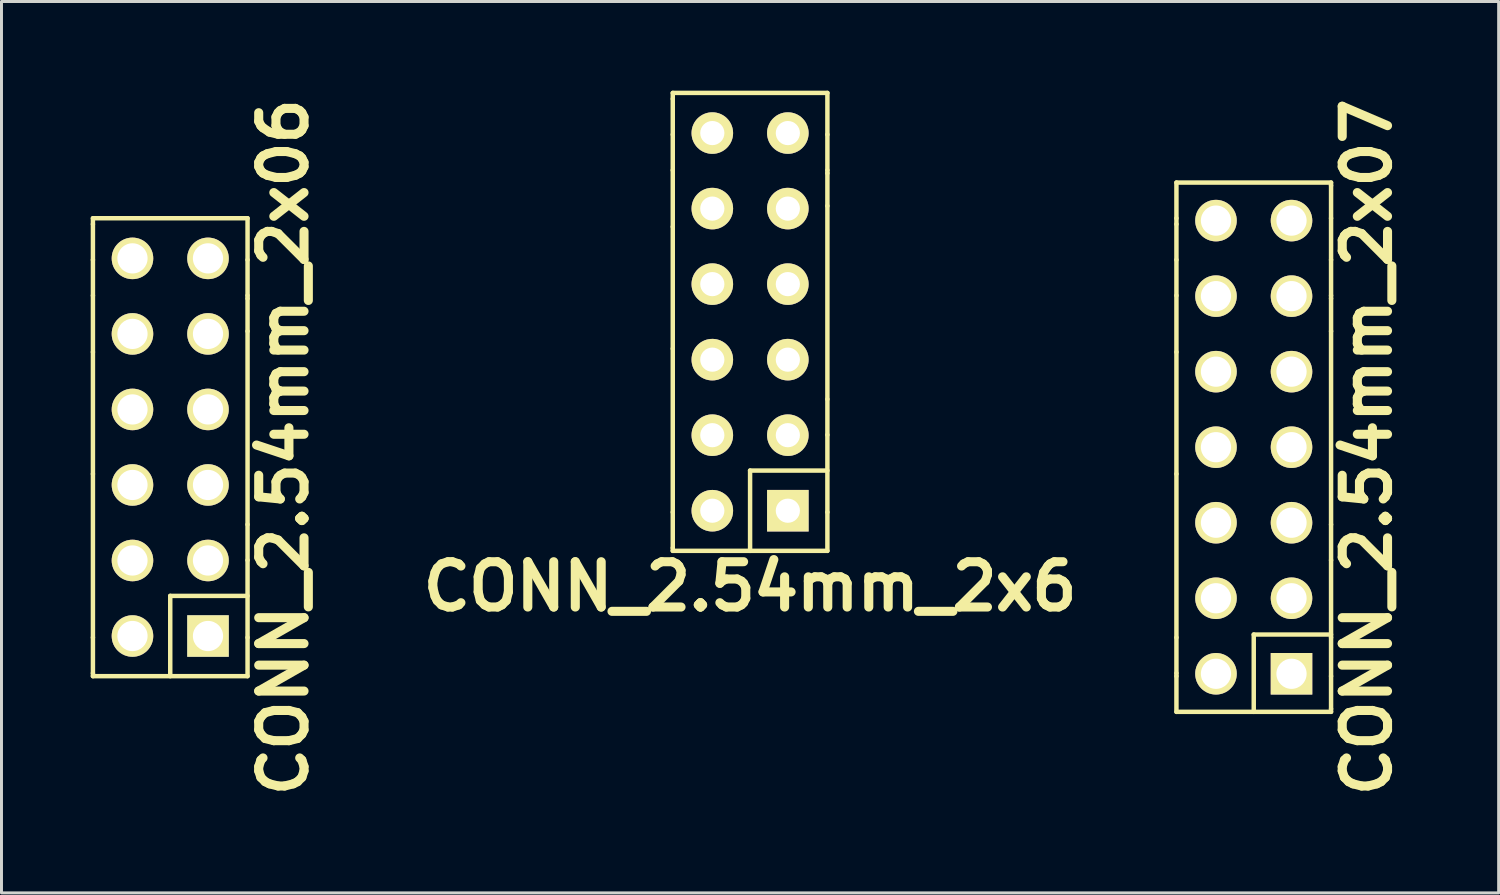
<source format=kicad_pcb>
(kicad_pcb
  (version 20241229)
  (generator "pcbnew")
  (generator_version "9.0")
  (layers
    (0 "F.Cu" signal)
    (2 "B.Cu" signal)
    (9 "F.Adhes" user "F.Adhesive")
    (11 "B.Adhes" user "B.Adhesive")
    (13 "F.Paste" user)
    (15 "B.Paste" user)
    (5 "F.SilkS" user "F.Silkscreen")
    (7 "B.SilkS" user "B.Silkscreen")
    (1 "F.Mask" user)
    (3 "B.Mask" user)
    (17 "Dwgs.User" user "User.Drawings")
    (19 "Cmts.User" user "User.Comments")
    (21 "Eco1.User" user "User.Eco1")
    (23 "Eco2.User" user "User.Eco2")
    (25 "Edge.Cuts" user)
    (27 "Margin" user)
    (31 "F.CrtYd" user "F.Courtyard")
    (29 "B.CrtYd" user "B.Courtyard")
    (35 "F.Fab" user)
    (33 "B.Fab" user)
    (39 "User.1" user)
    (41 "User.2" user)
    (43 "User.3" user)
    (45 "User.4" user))
  (footprint "CONN_2.54mm_2x6"
    (layer "F.Cu")
    (at 22.175 7.775)
    (property "Reference" "CONN_2.54mm_2x6" (at 0 8.9 0) (layer "F.SilkS") (effects (font (size 1.524 1.524) (thickness 0.305))))
    (attr through_hole)
    (fp_line (start -2.6 -7.7) (end 2.6 -7.7) (stroke (width 0.15) (type solid)) (layer "F.SilkS"))
    (fp_line (start -2.6 -7.5) (end -2.6 -7.7) (stroke (width 0.15) (type solid)) (layer "F.SilkS"))
    (fp_line (start -2.6 -6.3) (end -2.6 -7.5) (stroke (width 0.15) (type solid)) (layer "F.SilkS"))
    (fp_line (start -2.6 -5.1) (end -2.6 -6.3) (stroke (width 0.15) (type solid)) (layer "F.SilkS"))
    (fp_line (start -2.6 -5.1) (end -2.6 -3.2) (stroke (width 0.15) (type solid)) (layer "F.SilkS"))
    (fp_line (start -2.6 0.9) (end -2.6 -3.2) (stroke (width 0.15) (type solid)) (layer "F.SilkS"))
    (fp_line (start -2.6 6.4) (end -2.6 0.9) (stroke (width 0.15) (type solid)) (layer "F.SilkS"))
    (fp_line (start -2.6 6.4) (end -2.6 7.6) (stroke (width 0.15) (type solid)) (layer "F.SilkS"))
    (fp_line (start -2.6 7.6) (end -2.6 7.7) (stroke (width 0.15) (type solid)) (layer "F.SilkS"))
    (fp_line (start -2.6 7.7) (end 2.6 7.7) (stroke (width 0.15) (type solid)) (layer "F.SilkS"))
    (fp_line (start 0 5) (end 0 7.7) (stroke (width 0.15) (type solid)) (layer "F.SilkS"))
    (fp_line (start 0 5) (end 2.6 5) (stroke (width 0.15) (type solid)) (layer "F.SilkS"))
    (fp_line (start 2.6 -7.7) (end 2.6 -6.3) (stroke (width 0.15) (type solid)) (layer "F.SilkS"))
    (fp_line (start 2.6 -6.3) (end 2.6 -5.1) (stroke (width 0.15) (type solid)) (layer "F.SilkS"))
    (fp_line (start 2.6 -5) (end 2.6 -5.1) (stroke (width 0.15) (type solid)) (layer "F.SilkS"))
    (fp_line (start 2.6 -3.9) (end 2.6 -5) (stroke (width 0.15) (type solid)) (layer "F.SilkS"))
    (fp_line (start 2.6 2.6) (end 2.6 -3.9) (stroke (width 0.15) (type solid)) (layer "F.SilkS"))
    (fp_line (start 2.6 2.6) (end 2.6 3.8) (stroke (width 0.15) (type solid)) (layer "F.SilkS"))
    (fp_line (start 2.6 6.4) (end 2.6 3.8) (stroke (width 0.15) (type solid)) (layer "F.SilkS"))
    (fp_line (start 2.6 7.7) (end 2.6 6.4) (stroke (width 0.15) (type solid)) (layer "F.SilkS"))
    (pad "1" thru_hole rect (at 1.27 6.35) (size 1.397 1.397) (drill 0.813) (layers "*.Cu" "*.Mask" "F.SilkS"))
    (pad "2" thru_hole circle (at -1.27 6.35) (size 1.397 1.397) (drill 0.813) (layers "*.Cu" "*.Mask" "F.SilkS"))
    (pad "3" thru_hole circle (at 1.27 3.81) (size 1.397 1.397) (drill 0.813) (layers "*.Cu" "*.Mask" "F.SilkS"))
    (pad "4" thru_hole circle (at -1.27 3.81) (size 1.397 1.397) (drill 0.813) (layers "*.Cu" "*.Mask" "F.SilkS"))
    (pad "5" thru_hole circle (at 1.27 1.27) (size 1.397 1.397) (drill 0.813) (layers "*.Cu" "*.Mask" "F.SilkS"))
    (pad "6" thru_hole circle (at -1.27 1.27) (size 1.397 1.397) (drill 0.813) (layers "*.Cu" "*.Mask" "F.SilkS"))
    (pad "7" thru_hole circle (at 1.27 -1.27) (size 1.397 1.397) (drill 0.813) (layers "*.Cu" "*.Mask" "F.SilkS"))
    (pad "8" thru_hole circle (at -1.27 -1.27) (size 1.397 1.397) (drill 0.813) (layers "*.Cu" "*.Mask" "F.SilkS"))
    (pad "9" thru_hole circle (at 1.27 -3.81) (size 1.397 1.397) (drill 0.813) (layers "*.Cu" "*.Mask" "F.SilkS"))
    (pad "10" thru_hole circle (at -1.27 -3.81) (size 1.397 1.397) (drill 0.813) (layers "*.Cu" "*.Mask" "F.SilkS"))
    (pad "11" thru_hole circle (at 1.27 -6.35) (size 1.397 1.397) (drill 0.813) (layers "*.Cu" "*.Mask" "F.SilkS"))
    (pad "12" thru_hole circle (at -1.27 -6.35) (size 1.397 1.397) (drill 0.813) (layers "*.Cu" "*.Mask" "F.SilkS")))
  (footprint "CONN_2.54mm_2x06"
    (layer "F.Cu")
    (at 2.675 11.989)
    (property "Reference" "CONN_2.54mm_2x06" (at 3.81 0 90) (layer "F.SilkS") (effects (font (size 1.524 1.524) (thickness 0.305))))
    (attr through_hole)
    (fp_line (start -2.6 -7.7) (end 2.6 -7.7) (stroke (width 0.15) (type solid)) (layer "F.SilkS"))
    (fp_line (start -2.6 -7.5) (end -2.6 -7.7) (stroke (width 0.15) (type solid)) (layer "F.SilkS"))
    (fp_line (start -2.6 -6.3) (end -2.6 -7.5) (stroke (width 0.15) (type solid)) (layer "F.SilkS"))
    (fp_line (start -2.6 -5.1) (end -2.6 -6.3) (stroke (width 0.15) (type solid)) (layer "F.SilkS"))
    (fp_line (start -2.6 -5.1) (end -2.6 -3.2) (stroke (width 0.15) (type solid)) (layer "F.SilkS"))
    (fp_line (start -2.6 0.9) (end -2.6 -3.2) (stroke (width 0.15) (type solid)) (layer "F.SilkS"))
    (fp_line (start -2.6 6.4) (end -2.6 0.9) (stroke (width 0.15) (type solid)) (layer "F.SilkS"))
    (fp_line (start -2.6 6.4) (end -2.6 7.6) (stroke (width 0.15) (type solid)) (layer "F.SilkS"))
    (fp_line (start -2.6 7.6) (end -2.6 7.7) (stroke (width 0.15) (type solid)) (layer "F.SilkS"))
    (fp_line (start -2.6 7.7) (end 2.6 7.7) (stroke (width 0.15) (type solid)) (layer "F.SilkS"))
    (fp_line (start 0 5) (end 0 7.7) (stroke (width 0.15) (type solid)) (layer "F.SilkS"))
    (fp_line (start 0 5) (end 2.6 5) (stroke (width 0.15) (type solid)) (layer "F.SilkS"))
    (fp_line (start 2.6 -7.7) (end 2.6 -6.3) (stroke (width 0.15) (type solid)) (layer "F.SilkS"))
    (fp_line (start 2.6 -6.3) (end 2.6 -5.1) (stroke (width 0.15) (type solid)) (layer "F.SilkS"))
    (fp_line (start 2.6 -5) (end 2.6 -5.1) (stroke (width 0.15) (type solid)) (layer "F.SilkS"))
    (fp_line (start 2.6 -3.9) (end 2.6 -5) (stroke (width 0.15) (type solid)) (layer "F.SilkS"))
    (fp_line (start 2.6 2.6) (end 2.6 -3.9) (stroke (width 0.15) (type solid)) (layer "F.SilkS"))
    (fp_line (start 2.6 2.6) (end 2.6 3.8) (stroke (width 0.15) (type solid)) (layer "F.SilkS"))
    (fp_line (start 2.6 6.4) (end 2.6 3.8) (stroke (width 0.15) (type solid)) (layer "F.SilkS"))
    (fp_line (start 2.6 7.7) (end 2.6 6.4) (stroke (width 0.15) (type solid)) (layer "F.SilkS"))
    (pad "1" thru_hole rect (at 1.27 6.35) (size 1.397 1.397) (drill 1.016) (layers "*.Cu" "*.Mask" "F.SilkS"))
    (pad "2" thru_hole circle (at -1.27 6.35) (size 1.397 1.397) (drill 1.016) (layers "*.Cu" "*.Mask" "F.SilkS"))
    (pad "3" thru_hole circle (at 1.27 3.81) (size 1.397 1.397) (drill 1.016) (layers "*.Cu" "*.Mask" "F.SilkS"))
    (pad "4" thru_hole circle (at -1.27 3.81) (size 1.397 1.397) (drill 1.016) (layers "*.Cu" "*.Mask" "F.SilkS"))
    (pad "5" thru_hole circle (at 1.27 1.27) (size 1.397 1.397) (drill 1.016) (layers "*.Cu" "*.Mask" "F.SilkS"))
    (pad "6" thru_hole circle (at -1.27 1.27) (size 1.397 1.397) (drill 1.016) (layers "*.Cu" "*.Mask" "F.SilkS"))
    (pad "7" thru_hole circle (at 1.27 -1.27) (size 1.397 1.397) (drill 1.016) (layers "*.Cu" "*.Mask" "F.SilkS"))
    (pad "8" thru_hole circle (at -1.27 -1.27) (size 1.397 1.397) (drill 1.016) (layers "*.Cu" "*.Mask" "F.SilkS"))
    (pad "9" thru_hole circle (at 1.27 -3.81) (size 1.397 1.397) (drill 1.016) (layers "*.Cu" "*.Mask" "F.SilkS"))
    (pad "10" thru_hole circle (at -1.27 -3.81) (size 1.397 1.397) (drill 1.016) (layers "*.Cu" "*.Mask" "F.SilkS"))
    (pad "11" thru_hole circle (at 1.27 -6.35) (size 1.397 1.397) (drill 1.016) (layers "*.Cu" "*.Mask" "F.SilkS"))
    (pad "12" thru_hole circle (at -1.27 -6.35) (size 1.397 1.397) (drill 1.016) (layers "*.Cu" "*.Mask" "F.SilkS")))
  (footprint "CONN_2.54mm_2x07"
    (layer "F.Cu")
    (at 39.113 11.989)
    (property "Reference" "CONN_2.54mm_2x07" (at 3.81 0 90) (layer "F.SilkS") (effects (font (size 1.524 1.524) (thickness 0.305))))
    (attr through_hole)
    (fp_line (start -2.6 -8.9) (end -2.6 -7.7) (stroke (width 0.15) (type solid)) (layer "F.SilkS"))
    (fp_line (start -2.6 -7.5) (end -2.6 -7.7) (stroke (width 0.15) (type solid)) (layer "F.SilkS"))
    (fp_line (start -2.6 -6.3) (end -2.6 -7.5) (stroke (width 0.15) (type solid)) (layer "F.SilkS"))
    (fp_line (start -2.6 -5.1) (end -2.6 -6.3) (stroke (width 0.15) (type solid)) (layer "F.SilkS"))
    (fp_line (start -2.6 -5.1) (end -2.6 -3.2) (stroke (width 0.15) (type solid)) (layer "F.SilkS"))
    (fp_line (start -2.6 0.9) (end -2.6 -3.2) (stroke (width 0.15) (type solid)) (layer "F.SilkS"))
    (fp_line (start -2.6 6.4) (end -2.6 0.9) (stroke (width 0.15) (type solid)) (layer "F.SilkS"))
    (fp_line (start -2.6 6.4) (end -2.6 7.6) (stroke (width 0.15) (type solid)) (layer "F.SilkS"))
    (fp_line (start -2.6 7.6) (end -2.6 7.7) (stroke (width 0.15) (type solid)) (layer "F.SilkS"))
    (fp_line (start -2.6 8.9) (end -2.6 7.7) (stroke (width 0.15) (type solid)) (layer "F.SilkS"))
    (fp_line (start 0 6.3) (end 2.6 6.3) (stroke (width 0.15) (type solid)) (layer "F.SilkS"))
    (fp_line (start 0 8.9) (end 0 6.3) (stroke (width 0.15) (type solid)) (layer "F.SilkS"))
    (fp_line (start 2.6 -8.9) (end -2.6 -8.9) (stroke (width 0.15) (type solid)) (layer "F.SilkS"))
    (fp_line (start 2.6 -8.8) (end 2.6 -8.9) (stroke (width 0.15) (type solid)) (layer "F.SilkS"))
    (fp_line (start 2.6 -7.7) (end 2.6 -8.8) (stroke (width 0.15) (type solid)) (layer "F.SilkS"))
    (fp_line (start 2.6 -7.7) (end 2.6 -6.3) (stroke (width 0.15) (type solid)) (layer "F.SilkS"))
    (fp_line (start 2.6 -6.3) (end 2.6 -5.1) (stroke (width 0.15) (type solid)) (layer "F.SilkS"))
    (fp_line (start 2.6 -5) (end 2.6 -5.1) (stroke (width 0.15) (type solid)) (layer "F.SilkS"))
    (fp_line (start 2.6 -3.9) (end 2.6 -5) (stroke (width 0.15) (type solid)) (layer "F.SilkS"))
    (fp_line (start 2.6 2.6) (end 2.6 -3.9) (stroke (width 0.15) (type solid)) (layer "F.SilkS"))
    (fp_line (start 2.6 2.6) (end 2.6 3.8) (stroke (width 0.15) (type solid)) (layer "F.SilkS"))
    (fp_line (start 2.6 6.4) (end 2.6 3.8) (stroke (width 0.15) (type solid)) (layer "F.SilkS"))
    (fp_line (start 2.6 7.7) (end 2.6 6.4) (stroke (width 0.15) (type solid)) (layer "F.SilkS"))
    (fp_line (start 2.6 7.7) (end 2.6 8.8) (stroke (width 0.15) (type solid)) (layer "F.SilkS"))
    (fp_line (start 2.6 8.8) (end 2.6 8.9) (stroke (width 0.15) (type solid)) (layer "F.SilkS"))
    (fp_line (start 2.6 8.9) (end -2.6 8.9) (stroke (width 0.15) (type solid)) (layer "F.SilkS"))
    (pad "1" thru_hole rect (at 1.27 7.62) (size 1.397 1.397) (drill 1.016) (layers "*.Cu" "*.Mask" "F.SilkS"))
    (pad "2" thru_hole circle (at -1.27 7.62) (size 1.397 1.397) (drill 1.016) (layers "*.Cu" "*.Mask" "F.SilkS"))
    (pad "3" thru_hole circle (at 1.27 5.08) (size 1.397 1.397) (drill 1.016) (layers "*.Cu" "*.Mask" "F.SilkS"))
    (pad "4" thru_hole circle (at -1.27 5.08) (size 1.397 1.397) (drill 1.016) (layers "*.Cu" "*.Mask" "F.SilkS"))
    (pad "5" thru_hole circle (at 1.27 2.54) (size 1.397 1.397) (drill 1.016) (layers "*.Cu" "*.Mask" "F.SilkS"))
    (pad "6" thru_hole circle (at -1.27 2.54) (size 1.397 1.397) (drill 1.016) (layers "*.Cu" "*.Mask" "F.SilkS"))
    (pad "7" thru_hole circle (at 1.27 0) (size 1.397 1.397) (drill 1.016) (layers "*.Cu" "*.Mask" "F.SilkS"))
    (pad "8" thru_hole circle (at -1.27 0) (size 1.397 1.397) (drill 1.016) (layers "*.Cu" "*.Mask" "F.SilkS"))
    (pad "9" thru_hole circle (at 1.27 -2.54) (size 1.397 1.397) (drill 1.016) (layers "*.Cu" "*.Mask" "F.SilkS"))
    (pad "10" thru_hole circle (at -1.27 -2.54) (size 1.397 1.397) (drill 1.016) (layers "*.Cu" "*.Mask" "F.SilkS"))
    (pad "11" thru_hole circle (at 1.27 -5.08) (size 1.397 1.397) (drill 1.016) (layers "*.Cu" "*.Mask" "F.SilkS"))
    (pad "12" thru_hole circle (at -1.27 -5.08) (size 1.397 1.397) (drill 1.016) (layers "*.Cu" "*.Mask" "F.SilkS"))
    (pad "13" thru_hole circle (at 1.27 -7.62) (size 1.397 1.397) (drill 1.016) (layers "*.Cu" "*.Mask" "F.SilkS"))
    (pad "14" thru_hole circle (at -1.27 -7.62) (size 1.397 1.397) (drill 1.016) (layers "*.Cu" "*.Mask" "F.SilkS")))
  (gr_rect
    (start -3 -3)
    (end 47.349 26.978)
    (stroke (width 0.1) (type default))
    (fill no)
    (layer "Edge.Cuts")))
</source>
